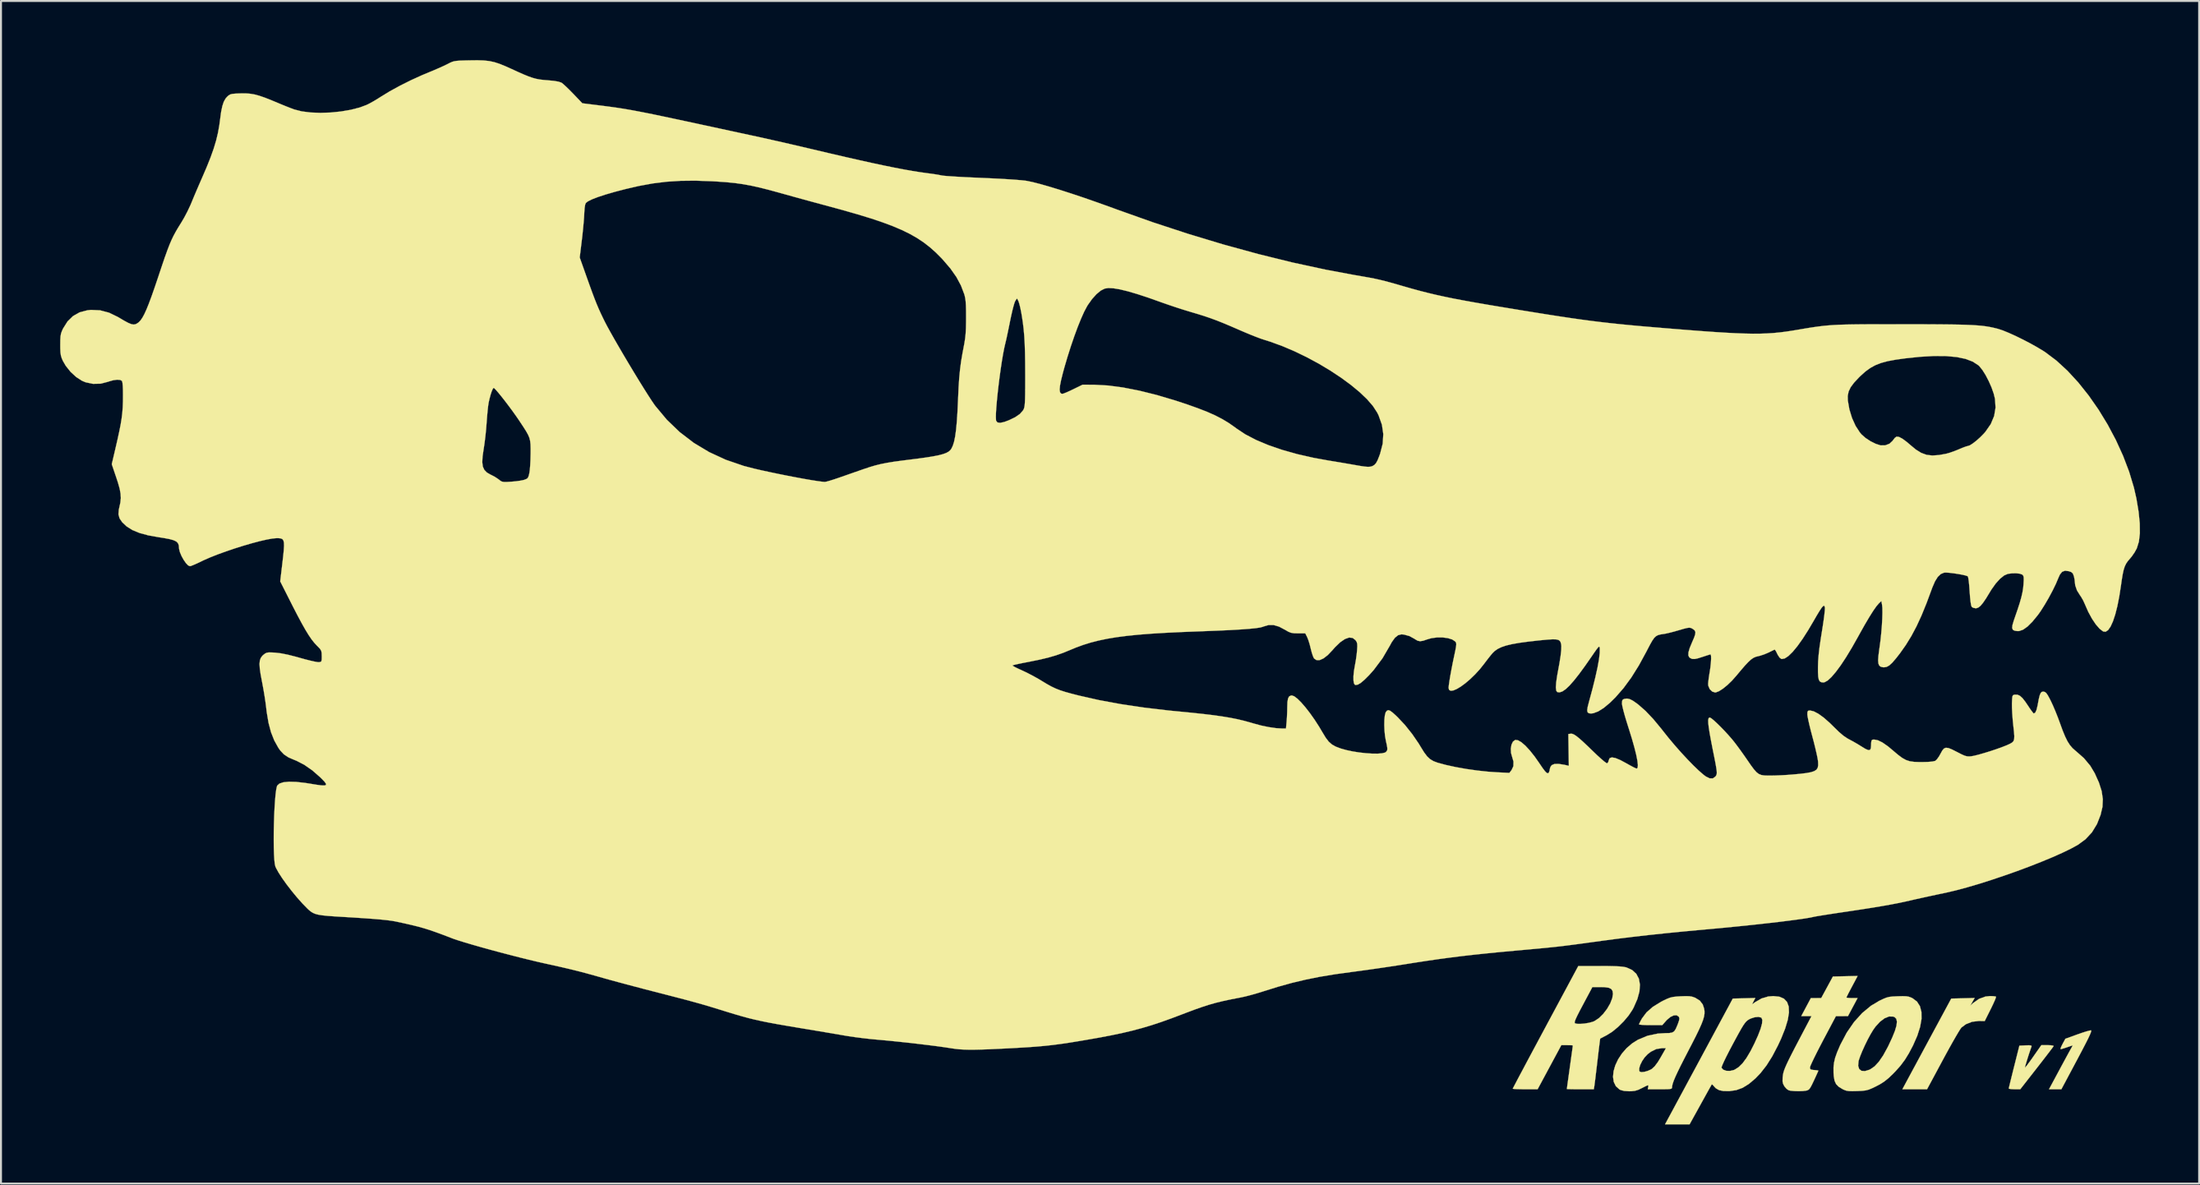
<source format=kicad_pcb>
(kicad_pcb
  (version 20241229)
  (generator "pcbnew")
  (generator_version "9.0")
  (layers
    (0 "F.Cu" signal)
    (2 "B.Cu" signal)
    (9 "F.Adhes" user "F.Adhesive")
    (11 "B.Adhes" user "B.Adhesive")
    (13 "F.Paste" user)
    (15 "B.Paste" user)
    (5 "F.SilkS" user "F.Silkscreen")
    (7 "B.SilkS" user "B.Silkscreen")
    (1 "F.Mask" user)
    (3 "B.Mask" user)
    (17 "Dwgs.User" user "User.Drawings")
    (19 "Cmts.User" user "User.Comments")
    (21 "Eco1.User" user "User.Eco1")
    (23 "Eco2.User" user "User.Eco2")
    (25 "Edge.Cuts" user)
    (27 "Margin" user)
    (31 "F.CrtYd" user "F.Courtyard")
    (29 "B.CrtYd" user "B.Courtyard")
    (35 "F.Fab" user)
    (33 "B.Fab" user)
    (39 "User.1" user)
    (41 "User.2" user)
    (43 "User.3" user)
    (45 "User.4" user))
  (footprint "RaptorCranium"
    (layer "F.Cu")
    (at 52.71 27.129)
    (property "Reference" "RaptorCranium" (at 0 0 0) (layer "F.SilkS") (effects (font (size 1.524 1.524) (thickness 0.3))))
    (attr through_hole)
    (fp_poly (pts (xy 50.246 22.059) (xy 50.258 22.083) (xy 50.242 22.153) (xy 50.192 22.276) (xy 50.108 22.457) (xy 49.984 22.704) (xy 49.818 23.024) (xy 49.607 23.424) (xy 49.536 23.558) (xy 48.744 25.044) (xy 48.117 25.044) (xy 48.574 24.194) (xy 48.729 23.905) (xy 48.878 23.629) (xy 49.011 23.384) (xy 49.116 23.191) (xy 49.178 23.079) (xy 49.324 22.816) (xy 49.038 22.914) (xy 48.877 22.967) (xy 48.755 23.003) (xy 48.706 23.012) (xy 48.703 22.972) (xy 48.743 22.869) (xy 48.803 22.749) (xy 48.946 22.485) (xy 49.555 22.265) (xy 49.793 22.182) (xy 50.001 22.116) (xy 50.158 22.073) (xy 50.243 22.058) (xy 50.246 22.059)) (stroke (width 0.01) (type solid)) (fill yes) (layer "F.SilkS"))
    (fp_poly (pts (xy 45.283 20.325) (xy 45.396 20.339) (xy 45.43 20.351) (xy 45.42 20.406) (xy 45.371 20.533) (xy 45.29 20.714) (xy 45.185 20.933) (xy 45.159 20.985) (xy 44.857 21.588) (xy 44.559 21.583) (xy 44.217 21.623) (xy 43.906 21.745) (xy 43.682 21.911) (xy 43.626 21.985) (xy 43.53 22.138) (xy 43.4 22.358) (xy 43.242 22.633) (xy 43.064 22.951) (xy 42.872 23.301) (xy 42.742 23.541) (xy 41.935 25.043) (xy 41.309 25.044) (xy 40.683 25.044) (xy 40.963 24.524) (xy 41.051 24.36) (xy 41.18 24.12) (xy 41.343 23.819) (xy 41.532 23.468) (xy 41.74 23.082) (xy 41.959 22.675) (xy 42.183 22.26) (xy 42.202 22.225) (xy 43.161 20.447) (xy 43.754 20.433) (xy 44.347 20.418) (xy 44.127 20.803) (xy 44.276 20.668) (xy 44.572 20.461) (xy 44.893 20.345) (xy 45.125 20.32) (xy 45.283 20.325)) (stroke (width 0.01) (type solid)) (fill yes) (layer "F.SilkS"))
    (fp_poly (pts (xy 48.211 22.816) (xy 48.321 22.832) (xy 48.353 22.854) (xy 48.318 22.905) (xy 48.229 23.024) (xy 48.094 23.202) (xy 47.921 23.427) (xy 47.719 23.688) (xy 47.498 23.972) (xy 46.66 25.044) (xy 46.368 25.044) (xy 46.211 25.038) (xy 46.106 25.023) (xy 46.077 25.006) (xy 46.089 24.948) (xy 46.123 24.806) (xy 46.174 24.595) (xy 46.24 24.33) (xy 46.315 24.026) (xy 46.347 23.901) (xy 46.615 22.835) (xy 46.936 22.819) (xy 47.115 22.816) (xy 47.21 22.828) (xy 47.235 22.859) (xy 47.232 22.87) (xy 47.173 23.04) (xy 47.105 23.241) (xy 47.037 23.453) (xy 46.976 23.652) (xy 46.927 23.816) (xy 46.899 23.923) (xy 46.896 23.951) (xy 46.93 23.919) (xy 47.011 23.817) (xy 47.127 23.661) (xy 47.269 23.464) (xy 47.32 23.39) (xy 47.727 22.81) (xy 48.048 22.81) (xy 48.211 22.816)) (stroke (width 0.01) (type solid)) (fill yes) (layer "F.SilkS"))
    (fp_poly (pts (xy 38.131 19.834) (xy 38.02 20.044) (xy 37.929 20.219) (xy 37.868 20.342) (xy 37.846 20.394) (xy 37.892 20.409) (xy 38.011 20.419) (xy 38.129 20.422) (xy 38.412 20.422) (xy 37.924 21.336) (xy 37.618 21.338) (xy 37.313 21.339) (xy 36.661 22.569) (xy 36.489 22.899) (xy 36.333 23.204) (xy 36.2 23.472) (xy 36.096 23.691) (xy 36.027 23.846) (xy 36.001 23.926) (xy 36 23.927) (xy 36.006 24.008) (xy 36.054 24.048) (xy 36.171 24.067) (xy 36.208 24.069) (xy 36.34 24.082) (xy 36.416 24.096) (xy 36.424 24.101) (xy 36.404 24.151) (xy 36.349 24.273) (xy 36.27 24.447) (xy 36.2 24.599) (xy 36.096 24.817) (xy 36.019 24.96) (xy 35.955 25.045) (xy 35.89 25.09) (xy 35.813 25.113) (xy 35.637 25.135) (xy 35.422 25.142) (xy 35.204 25.136) (xy 35.018 25.119) (xy 34.913 25.094) (xy 34.81 25.021) (xy 34.707 24.902) (xy 34.694 24.881) (xy 34.633 24.763) (xy 34.608 24.637) (xy 34.613 24.462) (xy 34.618 24.409) (xy 34.63 24.309) (xy 34.652 24.205) (xy 34.687 24.088) (xy 34.74 23.949) (xy 34.816 23.776) (xy 34.918 23.561) (xy 35.052 23.293) (xy 35.222 22.962) (xy 35.433 22.559) (xy 35.602 22.237) (xy 36.076 21.336) (xy 35.557 21.336) (xy 36.043 20.423) (xy 36.305 20.423) (xy 36.568 20.422) (xy 36.865 19.875) (xy 37.161 19.329) (xy 38.415 19.301) (xy 38.131 19.834)) (stroke (width 0.01) (type solid)) (fill yes) (layer "F.SilkS"))
    (fp_poly (pts (xy 40.873 20.33) (xy 41.001 20.351) (xy 41.113 20.39) (xy 41.199 20.431) (xy 41.423 20.599) (xy 41.573 20.833) (xy 41.65 21.129) (xy 41.653 21.48) (xy 41.582 21.884) (xy 41.438 22.334) (xy 41.225 22.818) (xy 41.015 23.217) (xy 40.811 23.549) (xy 40.591 23.844) (xy 40.333 24.134) (xy 40.208 24.263) (xy 39.973 24.486) (xy 39.763 24.654) (xy 39.543 24.794) (xy 39.347 24.897) (xy 39.134 24.999) (xy 38.972 25.065) (xy 38.822 25.103) (xy 38.649 25.124) (xy 38.416 25.135) (xy 38.385 25.136) (xy 38.141 25.141) (xy 37.969 25.136) (xy 37.842 25.116) (xy 37.732 25.077) (xy 37.646 25.035) (xy 37.452 24.916) (xy 37.323 24.783) (xy 37.244 24.611) (xy 37.204 24.377) (xy 37.193 24.207) (xy 37.192 23.941) (xy 37.201 23.855) (xy 38.441 23.855) (xy 38.493 24.019) (xy 38.61 24.111) (xy 38.785 24.124) (xy 39.01 24.055) (xy 39.062 24.03) (xy 39.276 23.881) (xy 39.489 23.651) (xy 39.707 23.333) (xy 39.933 22.922) (xy 39.977 22.835) (xy 40.17 22.421) (xy 40.306 22.084) (xy 40.385 21.818) (xy 40.407 21.617) (xy 40.375 21.475) (xy 40.288 21.387) (xy 40.211 21.358) (xy 40.004 21.356) (xy 39.78 21.446) (xy 39.55 21.619) (xy 39.322 21.868) (xy 39.199 22.041) (xy 39.066 22.262) (xy 38.921 22.531) (xy 38.778 22.824) (xy 38.647 23.114) (xy 38.541 23.375) (xy 38.471 23.582) (xy 38.461 23.624) (xy 38.441 23.855) (xy 37.201 23.855) (xy 37.218 23.697) (xy 37.275 23.45) (xy 37.373 23.174) (xy 37.515 22.841) (xy 37.544 22.778) (xy 37.864 22.172) (xy 38.233 21.637) (xy 38.644 21.182) (xy 39.092 20.811) (xy 39.509 20.562) (xy 39.716 20.463) (xy 39.876 20.399) (xy 40.025 20.361) (xy 40.2 20.342) (xy 40.438 20.331) (xy 40.456 20.33) (xy 40.701 20.325) (xy 40.873 20.33)) (stroke (width 0.01) (type solid)) (fill yes) (layer "F.SilkS"))
    (fp_poly (pts (xy 34.447 20.353) (xy 34.678 20.452) (xy 34.836 20.618) (xy 34.921 20.852) (xy 34.933 21.154) (xy 34.873 21.526) (xy 34.74 21.967) (xy 34.535 22.479) (xy 34.374 22.825) (xy 34.086 23.375) (xy 33.794 23.838) (xy 33.489 24.228) (xy 33.231 24.497) (xy 32.899 24.777) (xy 32.584 24.971) (xy 32.264 25.088) (xy 31.922 25.138) (xy 31.914 25.138) (xy 31.615 25.136) (xy 31.392 25.09) (xy 31.225 24.994) (xy 31.138 24.903) (xy 31.065 24.821) (xy 31.022 24.794) (xy 31.021 24.795) (xy 30.993 24.844) (xy 30.923 24.968) (xy 30.818 25.156) (xy 30.686 25.394) (xy 30.533 25.67) (xy 30.451 25.819) (xy 29.896 26.822) (xy 28.651 26.822) (xy 28.891 26.378) (xy 28.959 26.253) (xy 29.07 26.047) (xy 29.218 25.771) (xy 29.4 25.434) (xy 29.61 25.045) (xy 29.842 24.613) (xy 30.093 24.148) (xy 30.198 23.954) (xy 31.515 23.954) (xy 31.603 24.054) (xy 31.757 24.11) (xy 31.946 24.115) (xy 32.143 24.067) (xy 32.184 24.049) (xy 32.384 23.922) (xy 32.581 23.728) (xy 32.78 23.458) (xy 32.989 23.105) (xy 33.182 22.724) (xy 33.367 22.315) (xy 33.496 21.978) (xy 33.568 21.715) (xy 33.583 21.529) (xy 33.54 21.422) (xy 33.526 21.411) (xy 33.389 21.376) (xy 33.202 21.393) (xy 33.002 21.456) (xy 32.9 21.507) (xy 32.83 21.553) (xy 32.764 21.611) (xy 32.695 21.694) (xy 32.613 21.812) (xy 32.513 21.978) (xy 32.386 22.203) (xy 32.225 22.498) (xy 32.088 22.753) (xy 31.91 23.089) (xy 31.759 23.385) (xy 31.64 23.63) (xy 31.558 23.814) (xy 31.517 23.926) (xy 31.515 23.954) (xy 30.198 23.954) (xy 30.356 23.66) (xy 30.609 23.19) (xy 32.086 20.447) (xy 32.657 20.433) (xy 33.228 20.418) (xy 33.144 20.579) (xy 33.061 20.74) (xy 33.215 20.631) (xy 33.543 20.442) (xy 33.878 20.342) (xy 34.143 20.321) (xy 34.447 20.353)) (stroke (width 0.01) (type solid)) (fill yes) (layer "F.SilkS"))
    (fp_poly (pts (xy 25.765 18.798) (xy 26.09 18.805) (xy 26.34 18.817) (xy 26.527 18.836) (xy 26.664 18.861) (xy 26.699 18.871) (xy 26.984 19.001) (xy 27.193 19.192) (xy 27.325 19.441) (xy 27.378 19.741) (xy 27.353 20.087) (xy 27.247 20.474) (xy 27.062 20.896) (xy 26.998 21.015) (xy 26.805 21.305) (xy 26.552 21.605) (xy 26.265 21.889) (xy 25.97 22.131) (xy 25.705 22.298) (xy 25.543 22.382) (xy 25.422 22.445) (xy 25.365 22.475) (xy 25.364 22.476) (xy 25.355 22.526) (xy 25.337 22.663) (xy 25.311 22.872) (xy 25.278 23.138) (xy 25.242 23.447) (xy 25.224 23.599) (xy 25.184 23.935) (xy 25.147 24.245) (xy 25.115 24.514) (xy 25.088 24.722) (xy 25.071 24.854) (xy 25.067 24.879) (xy 25.04 25.044) (xy 24.356 25.044) (xy 24.106 25.044) (xy 23.897 25.041) (xy 23.747 25.037) (xy 23.676 25.033) (xy 23.673 25.032) (xy 23.68 24.98) (xy 23.698 24.842) (xy 23.727 24.633) (xy 23.764 24.368) (xy 23.807 24.06) (xy 23.825 23.927) (xy 23.87 23.607) (xy 23.909 23.322) (xy 23.942 23.089) (xy 23.965 22.92) (xy 23.976 22.832) (xy 23.978 22.822) (xy 23.932 22.815) (xy 23.812 22.81) (xy 23.685 22.809) (xy 23.393 22.809) (xy 22.191 25.044) (xy 21.56 25.044) (xy 21.321 25.042) (xy 21.123 25.037) (xy 20.986 25.028) (xy 20.93 25.018) (xy 20.93 25.016) (xy 20.953 24.968) (xy 21.021 24.838) (xy 21.129 24.632) (xy 21.273 24.359) (xy 21.451 24.026) (xy 21.656 23.64) (xy 21.887 23.207) (xy 22.139 22.737) (xy 22.408 22.235) (xy 22.592 21.892) (xy 22.714 21.664) (xy 24.068 21.664) (xy 24.083 21.699) (xy 24.084 21.7) (xy 24.189 21.728) (xy 24.361 21.731) (xy 24.57 21.713) (xy 24.785 21.678) (xy 24.977 21.627) (xy 25.07 21.59) (xy 25.296 21.441) (xy 25.516 21.225) (xy 25.714 20.967) (xy 25.873 20.691) (xy 25.977 20.422) (xy 26.01 20.209) (xy 25.99 20.061) (xy 25.922 19.96) (xy 25.792 19.898) (xy 25.586 19.869) (xy 25.376 19.863) (xy 24.968 19.863) (xy 24.491 20.757) (xy 24.324 21.072) (xy 24.203 21.31) (xy 24.123 21.48) (xy 24.08 21.595) (xy 24.068 21.664) (xy 22.714 21.664) (xy 24.254 18.796) (xy 25.351 18.796) (xy 25.765 18.798)) (stroke (width 0.01) (type solid)) (fill yes) (layer "F.SilkS"))
    (fp_poly (pts (xy 29.88 20.328) (xy 30.016 20.349) (xy 30.141 20.391) (xy 30.187 20.41) (xy 30.414 20.551) (xy 30.561 20.743) (xy 30.631 20.95) (xy 30.651 21.076) (xy 30.651 21.208) (xy 30.628 21.357) (xy 30.577 21.534) (xy 30.494 21.75) (xy 30.376 22.015) (xy 30.218 22.341) (xy 30.016 22.738) (xy 29.873 23.012) (xy 29.634 23.475) (xy 29.439 23.858) (xy 29.287 24.17) (xy 29.171 24.42) (xy 29.09 24.615) (xy 29.038 24.766) (xy 29.012 24.88) (xy 29.007 24.945) (xy 29 24.987) (xy 28.97 25.015) (xy 28.9 25.032) (xy 28.772 25.041) (xy 28.57 25.044) (xy 28.391 25.044) (xy 27.776 25.044) (xy 27.798 24.926) (xy 27.806 24.866) (xy 27.789 24.843) (xy 27.729 24.86) (xy 27.607 24.919) (xy 27.496 24.976) (xy 27.294 25.073) (xy 27.125 25.124) (xy 26.941 25.144) (xy 26.831 25.146) (xy 26.583 25.131) (xy 26.404 25.085) (xy 26.336 25.05) (xy 26.156 24.887) (xy 26.051 24.671) (xy 26.014 24.415) (xy 26.042 24.131) (xy 26.049 24.106) (xy 27.343 24.106) (xy 27.369 24.152) (xy 27.455 24.177) (xy 27.6 24.163) (xy 27.769 24.116) (xy 27.931 24.044) (xy 27.982 24.014) (xy 28.126 23.881) (xy 28.29 23.661) (xy 28.432 23.425) (xy 28.696 22.962) (xy 28.494 22.962) (xy 28.206 23.006) (xy 27.931 23.142) (xy 27.768 23.268) (xy 27.618 23.427) (xy 27.491 23.613) (xy 27.396 23.803) (xy 27.343 23.974) (xy 27.343 24.106) (xy 26.049 24.106) (xy 26.13 23.831) (xy 26.273 23.527) (xy 26.466 23.232) (xy 26.706 22.957) (xy 26.988 22.716) (xy 27.276 22.535) (xy 27.764 22.332) (xy 28.281 22.223) (xy 28.663 22.2) (xy 28.871 22.195) (xy 29.013 22.169) (xy 29.114 22.106) (xy 29.194 21.987) (xy 29.276 21.796) (xy 29.313 21.701) (xy 29.366 21.543) (xy 29.378 21.444) (xy 29.35 21.371) (xy 29.343 21.36) (xy 29.236 21.292) (xy 29.09 21.301) (xy 28.921 21.381) (xy 28.747 21.527) (xy 28.711 21.566) (xy 28.511 21.793) (xy 27.921 21.793) (xy 27.69 21.79) (xy 27.501 21.782) (xy 27.375 21.769) (xy 27.331 21.755) (xy 27.355 21.694) (xy 27.416 21.574) (xy 27.481 21.456) (xy 27.712 21.147) (xy 28.034 20.865) (xy 28.451 20.608) (xy 28.536 20.564) (xy 28.742 20.465) (xy 28.906 20.401) (xy 29.064 20.364) (xy 29.255 20.343) (xy 29.454 20.331) (xy 29.702 20.323) (xy 29.88 20.328)) (stroke (width 0.01) (type solid)) (fill yes) (layer "F.SilkS"))
    (fp_poly (pts (xy -31.233 -27.113) (xy -30.954 -27.083) (xy -30.695 -27.027) (xy -30.43 -26.941) (xy -30.132 -26.819) (xy -29.896 -26.713) (xy -29.519 -26.541) (xy -29.217 -26.407) (xy -28.971 -26.307) (xy -28.764 -26.234) (xy -28.58 -26.184) (xy -28.399 -26.149) (xy -28.206 -26.126) (xy -28.001 -26.109) (xy -27.672 -26.078) (xy -27.44 -26.038) (xy -27.298 -25.988) (xy -27.29 -25.984) (xy -27.203 -25.915) (xy -27.065 -25.789) (xy -26.895 -25.624) (xy -26.71 -25.436) (xy -26.695 -25.421) (xy -26.238 -24.943) (xy -25.4 -24.839) (xy -25.09 -24.8) (xy -24.802 -24.762) (xy -24.528 -24.724) (xy -24.256 -24.682) (xy -23.976 -24.636) (xy -23.679 -24.584) (xy -23.355 -24.523) (xy -22.993 -24.452) (xy -22.584 -24.369) (xy -22.117 -24.271) (xy -21.582 -24.158) (xy -20.97 -24.027) (xy -20.27 -23.876) (xy -20.168 -23.854) (xy -19.707 -23.755) (xy -19.208 -23.647) (xy -18.7 -23.537) (xy -18.209 -23.431) (xy -17.765 -23.335) (xy -17.424 -23.262) (xy -17.053 -23.18) (xy -16.61 -23.081) (xy -16.122 -22.971) (xy -15.614 -22.854) (xy -15.114 -22.738) (xy -14.648 -22.628) (xy -14.63 -22.624) (xy -13.727 -22.411) (xy -12.913 -22.222) (xy -12.183 -22.056) (xy -11.528 -21.911) (xy -10.941 -21.786) (xy -10.414 -21.679) (xy -9.94 -21.588) (xy -9.51 -21.512) (xy -9.118 -21.45) (xy -8.755 -21.399) (xy -8.661 -21.387) (xy -8.432 -21.356) (xy -8.218 -21.322) (xy -8.057 -21.291) (xy -8.021 -21.283) (xy -7.929 -21.27) (xy -7.748 -21.254) (xy -7.492 -21.236) (xy -7.172 -21.216) (xy -6.801 -21.196) (xy -6.393 -21.177) (xy -5.989 -21.159) (xy -5.512 -21.138) (xy -5.06 -21.115) (xy -4.647 -21.091) (xy -4.287 -21.066) (xy -3.993 -21.042) (xy -3.779 -21.019) (xy -3.701 -21.007) (xy -3.403 -20.945) (xy -3.021 -20.847) (xy -2.565 -20.717) (xy -2.044 -20.558) (xy -1.469 -20.373) (xy -0.848 -20.166) (xy -0.193 -19.938) (xy 0.488 -19.695) (xy 0.864 -19.557) (xy 2.66 -18.918) (xy 4.462 -18.327) (xy 6.254 -17.786) (xy 8.025 -17.3) (xy 9.761 -16.872) (xy 11.448 -16.507) (xy 12.945 -16.228) (xy 13.342 -16.16) (xy 13.667 -16.102) (xy 13.943 -16.048) (xy 14.197 -15.992) (xy 14.453 -15.929) (xy 14.736 -15.853) (xy 15.072 -15.758) (xy 15.392 -15.665) (xy 15.826 -15.541) (xy 16.238 -15.429) (xy 16.642 -15.326) (xy 17.051 -15.229) (xy 17.48 -15.135) (xy 17.941 -15.04) (xy 18.448 -14.944) (xy 19.015 -14.842) (xy 19.654 -14.731) (xy 20.38 -14.61) (xy 20.417 -14.604) (xy 21.258 -14.465) (xy 22.01 -14.343) (xy 22.688 -14.234) (xy 23.303 -14.139) (xy 23.868 -14.054) (xy 24.395 -13.979) (xy 24.896 -13.912) (xy 25.384 -13.852) (xy 25.871 -13.796) (xy 26.371 -13.743) (xy 26.894 -13.692) (xy 27.455 -13.641) (xy 28.064 -13.589) (xy 28.735 -13.533) (xy 28.956 -13.515) (xy 29.778 -13.449) (xy 30.508 -13.393) (xy 31.156 -13.347) (xy 31.729 -13.311) (xy 32.238 -13.285) (xy 32.692 -13.268) (xy 33.099 -13.26) (xy 33.469 -13.262) (xy 33.811 -13.274) (xy 34.134 -13.294) (xy 34.447 -13.324) (xy 34.76 -13.363) (xy 35.08 -13.411) (xy 35.331 -13.452) (xy 35.654 -13.507) (xy 35.941 -13.555) (xy 36.202 -13.595) (xy 36.447 -13.629) (xy 36.687 -13.658) (xy 36.931 -13.681) (xy 37.19 -13.699) (xy 37.474 -13.714) (xy 37.792 -13.724) (xy 38.155 -13.731) (xy 38.573 -13.736) (xy 39.056 -13.739) (xy 39.614 -13.74) (xy 40.257 -13.74) (xy 40.716 -13.739) (xy 41.457 -13.739) (xy 42.105 -13.737) (xy 42.667 -13.733) (xy 43.153 -13.728) (xy 43.57 -13.721) (xy 43.928 -13.71) (xy 44.233 -13.697) (xy 44.495 -13.68) (xy 44.721 -13.66) (xy 44.92 -13.635) (xy 45.101 -13.605) (xy 45.271 -13.57) (xy 45.439 -13.53) (xy 45.542 -13.503) (xy 45.778 -13.425) (xy 46.078 -13.302) (xy 46.423 -13.146) (xy 46.79 -12.966) (xy 47.16 -12.774) (xy 47.511 -12.578) (xy 47.823 -12.39) (xy 47.927 -12.323) (xy 48.494 -11.896) (xy 49.056 -11.379) (xy 49.603 -10.785) (xy 50.129 -10.125) (xy 50.627 -9.411) (xy 51.088 -8.656) (xy 51.505 -7.872) (xy 51.871 -7.069) (xy 52.179 -6.262) (xy 52.42 -5.461) (xy 52.547 -4.902) (xy 52.659 -4.231) (xy 52.717 -3.643) (xy 52.722 -3.139) (xy 52.673 -2.72) (xy 52.57 -2.386) (xy 52.565 -2.374) (xy 52.452 -2.169) (xy 52.308 -1.962) (xy 52.228 -1.866) (xy 52.113 -1.732) (xy 52.024 -1.602) (xy 51.954 -1.456) (xy 51.898 -1.277) (xy 51.848 -1.044) (xy 51.799 -0.741) (xy 51.766 -0.504) (xy 51.679 0.058) (xy 51.581 0.553) (xy 51.474 0.975) (xy 51.359 1.321) (xy 51.239 1.585) (xy 51.116 1.762) (xy 50.991 1.848) (xy 50.867 1.837) (xy 50.86 1.834) (xy 50.68 1.696) (xy 50.488 1.474) (xy 50.294 1.185) (xy 50.107 0.842) (xy 49.94 0.463) (xy 49.932 0.444) (xy 49.845 0.254) (xy 49.739 0.072) (xy 49.688 0) (xy 49.535 -0.245) (xy 49.446 -0.503) (xy 49.428 -0.655) (xy 49.414 -0.795) (xy 49.38 -0.959) (xy 49.375 -0.976) (xy 49.325 -1.105) (xy 49.245 -1.177) (xy 49.117 -1.221) (xy 48.929 -1.244) (xy 48.784 -1.191) (xy 48.67 -1.052) (xy 48.592 -0.881) (xy 48.468 -0.586) (xy 48.3 -0.241) (xy 48.104 0.126) (xy 47.896 0.483) (xy 47.694 0.802) (xy 47.554 0.999) (xy 47.275 1.339) (xy 47.026 1.587) (xy 46.803 1.744) (xy 46.602 1.814) (xy 46.513 1.817) (xy 46.37 1.796) (xy 46.283 1.747) (xy 46.249 1.657) (xy 46.265 1.509) (xy 46.329 1.291) (xy 46.374 1.159) (xy 46.521 0.734) (xy 46.634 0.385) (xy 46.716 0.094) (xy 46.772 -0.154) (xy 46.808 -0.379) (xy 46.824 -0.554) (xy 46.836 -0.767) (xy 46.834 -0.903) (xy 46.815 -0.984) (xy 46.777 -1.035) (xy 46.759 -1.049) (xy 46.641 -1.093) (xy 46.456 -1.115) (xy 46.24 -1.112) (xy 46.029 -1.085) (xy 45.843 -1.005) (xy 45.635 -0.838) (xy 45.417 -0.598) (xy 45.2 -0.294) (xy 45.11 -0.146) (xy 44.924 0.16) (xy 44.771 0.384) (xy 44.643 0.536) (xy 44.532 0.624) (xy 44.428 0.659) (xy 44.4 0.66) (xy 44.273 0.635) (xy 44.197 0.585) (xy 44.168 0.503) (xy 44.14 0.332) (xy 44.114 0.089) (xy 44.092 -0.21) (xy 44.072 -0.488) (xy 44.049 -0.716) (xy 44.024 -0.879) (xy 44 -0.959) (xy 43.995 -0.964) (xy 43.897 -1) (xy 43.726 -1.04) (xy 43.511 -1.079) (xy 43.281 -1.114) (xy 43.066 -1.139) (xy 42.893 -1.151) (xy 42.802 -1.147) (xy 42.632 -1.078) (xy 42.479 -0.933) (xy 42.336 -0.705) (xy 42.198 -0.385) (xy 42.168 -0.302) (xy 41.906 0.404) (xy 41.653 1.025) (xy 41.399 1.575) (xy 41.137 2.068) (xy 40.859 2.52) (xy 40.558 2.946) (xy 40.357 3.203) (xy 40.17 3.419) (xy 40.018 3.558) (xy 39.883 3.632) (xy 39.749 3.653) (xy 39.696 3.649) (xy 39.586 3.623) (xy 39.511 3.564) (xy 39.468 3.462) (xy 39.454 3.301) (xy 39.469 3.071) (xy 39.509 2.757) (xy 39.524 2.657) (xy 39.572 2.3) (xy 39.612 1.924) (xy 39.643 1.551) (xy 39.663 1.199) (xy 39.672 0.89) (xy 39.669 0.642) (xy 39.653 0.486) (xy 39.617 0.293) (xy 39.492 0.411) (xy 39.369 0.554) (xy 39.206 0.786) (xy 39.005 1.105) (xy 38.767 1.508) (xy 38.495 1.993) (xy 38.432 2.108) (xy 38.123 2.655) (xy 37.832 3.136) (xy 37.56 3.548) (xy 37.311 3.885) (xy 37.089 4.144) (xy 36.898 4.321) (xy 36.74 4.409) (xy 36.678 4.42) (xy 36.57 4.408) (xy 36.494 4.364) (xy 36.444 4.272) (xy 36.416 4.12) (xy 36.404 3.892) (xy 36.404 3.637) (xy 36.413 3.343) (xy 36.438 3.022) (xy 36.48 2.656) (xy 36.543 2.225) (xy 36.597 1.883) (xy 36.65 1.548) (xy 36.695 1.241) (xy 36.729 0.977) (xy 36.75 0.774) (xy 36.756 0.647) (xy 36.754 0.617) (xy 36.726 0.531) (xy 36.688 0.531) (xy 36.626 0.589) (xy 36.565 0.669) (xy 36.468 0.818) (xy 36.349 1.015) (xy 36.22 1.237) (xy 36.216 1.245) (xy 35.911 1.763) (xy 35.625 2.21) (xy 35.361 2.58) (xy 35.12 2.871) (xy 34.907 3.079) (xy 34.723 3.201) (xy 34.573 3.232) (xy 34.541 3.225) (xy 34.454 3.156) (xy 34.365 3.021) (xy 34.337 2.964) (xy 34.274 2.836) (xy 34.221 2.763) (xy 34.202 2.755) (xy 34.138 2.786) (xy 34.013 2.847) (xy 33.884 2.91) (xy 33.68 2.996) (xy 33.463 3.067) (xy 33.352 3.094) (xy 33.237 3.124) (xy 33.126 3.176) (xy 33.007 3.259) (xy 32.87 3.385) (xy 32.703 3.563) (xy 32.496 3.803) (xy 32.268 4.076) (xy 32.044 4.328) (xy 31.813 4.551) (xy 31.59 4.732) (xy 31.39 4.861) (xy 31.231 4.923) (xy 31.19 4.928) (xy 31.041 4.881) (xy 30.918 4.761) (xy 30.846 4.595) (xy 30.836 4.502) (xy 30.845 4.378) (xy 30.868 4.19) (xy 30.901 3.972) (xy 30.912 3.912) (xy 30.95 3.661) (xy 30.975 3.425) (xy 30.987 3.223) (xy 30.984 3.076) (xy 30.965 3.002) (xy 30.956 2.997) (xy 30.896 3.012) (xy 30.765 3.053) (xy 30.588 3.111) (xy 30.53 3.13) (xy 30.31 3.199) (xy 30.156 3.231) (xy 30.042 3.229) (xy 29.991 3.215) (xy 29.884 3.154) (xy 29.833 3.051) (xy 29.838 2.896) (xy 29.9 2.679) (xy 30.019 2.39) (xy 30.025 2.377) (xy 30.127 2.141) (xy 30.182 1.976) (xy 30.19 1.862) (xy 30.151 1.78) (xy 30.065 1.711) (xy 30.015 1.682) (xy 29.949 1.653) (xy 29.873 1.644) (xy 29.765 1.658) (xy 29.604 1.698) (xy 29.368 1.767) (xy 29.359 1.769) (xy 29.114 1.839) (xy 28.879 1.9) (xy 28.687 1.944) (xy 28.6 1.959) (xy 28.434 1.984) (xy 28.305 2.016) (xy 28.2 2.07) (xy 28.106 2.157) (xy 28.009 2.292) (xy 27.897 2.488) (xy 27.756 2.757) (xy 27.71 2.847) (xy 27.326 3.553) (xy 26.941 4.169) (xy 26.547 4.706) (xy 26.135 5.178) (xy 25.857 5.451) (xy 25.547 5.709) (xy 25.265 5.887) (xy 25.018 5.98) (xy 24.898 5.994) (xy 24.787 5.981) (xy 24.724 5.93) (xy 24.705 5.828) (xy 24.729 5.66) (xy 24.791 5.419) (xy 24.971 4.753) (xy 25.116 4.168) (xy 25.227 3.668) (xy 25.302 3.254) (xy 25.341 2.93) (xy 25.344 2.697) (xy 25.342 2.672) (xy 25.33 2.618) (xy 25.307 2.604) (xy 25.263 2.638) (xy 25.188 2.731) (xy 25.074 2.891) (xy 24.946 3.078) (xy 24.599 3.577) (xy 24.296 3.991) (xy 24.033 4.324) (xy 23.807 4.579) (xy 23.614 4.761) (xy 23.449 4.874) (xy 23.309 4.922) (xy 23.19 4.909) (xy 23.136 4.837) (xy 23.116 4.676) (xy 23.132 4.423) (xy 23.182 4.077) (xy 23.214 3.901) (xy 23.299 3.438) (xy 23.357 3.067) (xy 23.389 2.783) (xy 23.395 2.581) (xy 23.386 2.489) (xy 23.359 2.387) (xy 23.316 2.312) (xy 23.243 2.263) (xy 23.128 2.237) (xy 22.957 2.232) (xy 22.716 2.246) (xy 22.393 2.276) (xy 22.25 2.29) (xy 21.711 2.351) (xy 21.262 2.412) (xy 20.894 2.477) (xy 20.595 2.548) (xy 20.356 2.629) (xy 20.164 2.722) (xy 20.01 2.831) (xy 19.909 2.929) (xy 19.82 3.035) (xy 19.692 3.195) (xy 19.549 3.382) (xy 19.486 3.466) (xy 19.261 3.749) (xy 19.02 4.012) (xy 18.774 4.25) (xy 18.532 4.457) (xy 18.302 4.626) (xy 18.095 4.751) (xy 17.92 4.825) (xy 17.786 4.842) (xy 17.702 4.795) (xy 17.678 4.7) (xy 17.689 4.569) (xy 17.719 4.357) (xy 17.764 4.082) (xy 17.823 3.761) (xy 17.891 3.412) (xy 17.965 3.06) (xy 18.02 2.799) (xy 18.053 2.619) (xy 18.067 2.501) (xy 18.062 2.425) (xy 18.039 2.374) (xy 18.015 2.344) (xy 17.866 2.243) (xy 17.645 2.174) (xy 17.378 2.138) (xy 17.091 2.138) (xy 16.809 2.175) (xy 16.599 2.235) (xy 16.386 2.307) (xy 16.231 2.33) (xy 16.103 2.302) (xy 15.969 2.223) (xy 15.95 2.209) (xy 15.695 2.069) (xy 15.412 1.991) (xy 15.285 1.981) (xy 15.119 2.024) (xy 14.957 2.154) (xy 14.796 2.378) (xy 14.698 2.558) (xy 14.327 3.194) (xy 13.881 3.789) (xy 13.65 4.048) (xy 13.411 4.286) (xy 13.222 4.446) (xy 13.074 4.532) (xy 12.961 4.549) (xy 12.932 4.541) (xy 12.881 4.47) (xy 12.856 4.319) (xy 12.855 4.104) (xy 12.88 3.843) (xy 12.929 3.554) (xy 12.931 3.547) (xy 12.977 3.29) (xy 13.017 3.003) (xy 13.038 2.794) (xy 13.05 2.591) (xy 13.045 2.459) (xy 13.018 2.366) (xy 12.964 2.284) (xy 12.956 2.273) (xy 12.812 2.162) (xy 12.634 2.144) (xy 12.424 2.218) (xy 12.185 2.381) (xy 11.922 2.634) (xy 11.787 2.787) (xy 11.554 3.032) (xy 11.338 3.199) (xy 11.146 3.286) (xy 10.984 3.289) (xy 10.861 3.206) (xy 10.85 3.191) (xy 10.802 3.088) (xy 10.746 2.92) (xy 10.693 2.72) (xy 10.688 2.696) (xy 10.633 2.479) (xy 10.569 2.274) (xy 10.51 2.125) (xy 10.508 2.121) (xy 10.412 1.93) (xy 10.046 1.93) (xy 9.839 1.925) (xy 9.689 1.901) (xy 9.552 1.846) (xy 9.395 1.755) (xy 9.085 1.591) (xy 8.811 1.51) (xy 8.552 1.509) (xy 8.287 1.586) (xy 8.255 1.6) (xy 8.125 1.635) (xy 7.894 1.669) (xy 7.562 1.702) (xy 7.129 1.734) (xy 6.595 1.765) (xy 5.96 1.794) (xy 5.224 1.823) (xy 5.055 1.829) (xy 4.149 1.864) (xy 3.337 1.903) (xy 2.609 1.947) (xy 1.957 1.998) (xy 1.372 2.058) (xy 0.846 2.126) (xy 0.369 2.205) (xy -0.066 2.296) (xy -0.469 2.399) (xy -0.848 2.517) (xy -1.211 2.65) (xy -1.493 2.767) (xy -1.861 2.918) (xy -2.228 3.046) (xy -2.617 3.159) (xy -3.055 3.264) (xy -3.567 3.368) (xy -3.632 3.381) (xy -3.899 3.432) (xy -4.13 3.48) (xy -4.307 3.519) (xy -4.411 3.546) (xy -4.431 3.554) (xy -4.403 3.585) (xy -4.298 3.645) (xy -4.134 3.725) (xy -3.966 3.801) (xy -3.704 3.924) (xy -3.403 4.08) (xy -3.106 4.246) (xy -2.939 4.347) (xy -2.686 4.5) (xy -2.464 4.623) (xy -2.25 4.725) (xy -2.022 4.815) (xy -1.759 4.9) (xy -1.438 4.989) (xy -1.067 5.084) (xy -0.05 5.314) (xy 1.056 5.518) (xy 2.242 5.695) (xy 3.501 5.844) (xy 3.988 5.891) (xy 4.663 5.957) (xy 5.25 6.02) (xy 5.761 6.081) (xy 6.209 6.145) (xy 6.607 6.211) (xy 6.968 6.283) (xy 7.304 6.363) (xy 7.629 6.452) (xy 7.784 6.498) (xy 8.166 6.602) (xy 8.559 6.683) (xy 8.929 6.737) (xy 9.24 6.756) (xy 9.242 6.756) (xy 9.434 6.756) (xy 9.466 6.413) (xy 9.483 6.179) (xy 9.495 5.906) (xy 9.499 5.674) (xy 9.508 5.409) (xy 9.539 5.232) (xy 9.596 5.128) (xy 9.685 5.084) (xy 9.735 5.08) (xy 9.854 5.123) (xy 10.014 5.244) (xy 10.205 5.433) (xy 10.418 5.679) (xy 10.646 5.972) (xy 10.879 6.301) (xy 11.109 6.656) (xy 11.286 6.954) (xy 11.451 7.225) (xy 11.602 7.422) (xy 11.763 7.564) (xy 11.956 7.673) (xy 12.205 7.767) (xy 12.216 7.771) (xy 12.499 7.85) (xy 12.816 7.917) (xy 13.15 7.97) (xy 13.484 8.007) (xy 13.798 8.028) (xy 14.077 8.03) (xy 14.301 8.013) (xy 14.454 7.976) (xy 14.5 7.947) (xy 14.548 7.89) (xy 14.572 7.825) (xy 14.57 7.729) (xy 14.544 7.579) (xy 14.5 7.383) (xy 14.456 7.136) (xy 14.429 6.86) (xy 14.418 6.578) (xy 14.423 6.316) (xy 14.445 6.097) (xy 14.484 5.947) (xy 14.498 5.919) (xy 14.558 5.848) (xy 14.625 5.825) (xy 14.713 5.855) (xy 14.836 5.944) (xy 15.008 6.099) (xy 15.104 6.192) (xy 15.472 6.584) (xy 15.832 7.036) (xy 16.156 7.508) (xy 16.263 7.684) (xy 16.435 7.962) (xy 16.587 8.164) (xy 16.739 8.307) (xy 16.909 8.409) (xy 17.115 8.487) (xy 17.118 8.488) (xy 17.539 8.602) (xy 18.034 8.71) (xy 18.573 8.806) (xy 19.13 8.885) (xy 19.676 8.944) (xy 20.12 8.975) (xy 20.758 9.006) (xy 20.869 8.865) (xy 20.963 8.666) (xy 20.968 8.429) (xy 20.904 8.212) (xy 20.844 7.996) (xy 20.833 7.776) (xy 20.866 7.577) (xy 20.939 7.423) (xy 21.048 7.339) (xy 21.06 7.335) (xy 21.194 7.351) (xy 21.367 7.45) (xy 21.571 7.626) (xy 21.798 7.871) (xy 22.042 8.178) (xy 22.275 8.511) (xy 22.438 8.751) (xy 22.559 8.912) (xy 22.646 9.001) (xy 22.708 9.027) (xy 22.754 8.999) (xy 22.761 8.988) (xy 22.801 8.877) (xy 22.808 8.809) (xy 22.845 8.695) (xy 22.909 8.612) (xy 23.044 8.554) (xy 23.26 8.549) (xy 23.559 8.597) (xy 23.634 8.614) (xy 23.773 8.648) (xy 23.749 7.036) (xy 23.866 7.019) (xy 23.939 7.022) (xy 24.028 7.056) (xy 24.142 7.128) (xy 24.291 7.246) (xy 24.482 7.415) (xy 24.726 7.644) (xy 25.005 7.914) (xy 25.216 8.116) (xy 25.407 8.289) (xy 25.562 8.421) (xy 25.67 8.502) (xy 25.716 8.523) (xy 25.77 8.461) (xy 25.797 8.365) (xy 25.844 8.259) (xy 25.955 8.22) (xy 26.131 8.251) (xy 26.375 8.351) (xy 26.67 8.509) (xy 26.872 8.622) (xy 27.044 8.714) (xy 27.167 8.772) (xy 27.216 8.788) (xy 27.263 8.742) (xy 27.274 8.607) (xy 27.25 8.388) (xy 27.191 8.09) (xy 27.099 7.72) (xy 26.975 7.281) (xy 26.82 6.779) (xy 26.794 6.7) (xy 26.695 6.384) (xy 26.607 6.088) (xy 26.537 5.83) (xy 26.489 5.629) (xy 26.467 5.503) (xy 26.467 5.488) (xy 26.476 5.352) (xy 26.517 5.284) (xy 26.594 5.253) (xy 26.726 5.237) (xy 26.86 5.265) (xy 27.018 5.344) (xy 27.218 5.483) (xy 27.312 5.556) (xy 27.669 5.87) (xy 28.055 6.278) (xy 28.471 6.78) (xy 28.551 6.883) (xy 28.839 7.244) (xy 29.148 7.612) (xy 29.467 7.973) (xy 29.784 8.315) (xy 30.085 8.624) (xy 30.358 8.887) (xy 30.591 9.09) (xy 30.716 9.185) (xy 30.909 9.281) (xy 31.074 9.283) (xy 31.204 9.193) (xy 31.225 9.163) (xy 31.252 9.117) (xy 31.269 9.066) (xy 31.275 8.996) (xy 31.269 8.894) (xy 31.248 8.748) (xy 31.213 8.543) (xy 31.16 8.268) (xy 31.088 7.908) (xy 31.072 7.83) (xy 30.982 7.368) (xy 30.914 6.997) (xy 30.869 6.709) (xy 30.844 6.493) (xy 30.839 6.343) (xy 30.854 6.25) (xy 30.888 6.205) (xy 30.919 6.198) (xy 30.99 6.234) (xy 31.113 6.333) (xy 31.276 6.482) (xy 31.465 6.667) (xy 31.665 6.873) (xy 31.863 7.089) (xy 32.046 7.299) (xy 32.162 7.442) (xy 32.305 7.63) (xy 32.481 7.87) (xy 32.666 8.13) (xy 32.818 8.349) (xy 33.009 8.626) (xy 33.161 8.83) (xy 33.288 8.972) (xy 33.409 9.063) (xy 33.538 9.114) (xy 33.692 9.137) (xy 33.888 9.143) (xy 33.976 9.143) (xy 34.241 9.138) (xy 34.559 9.125) (xy 34.884 9.106) (xy 35.077 9.091) (xy 35.488 9.054) (xy 35.808 9.015) (xy 36.048 8.971) (xy 36.217 8.915) (xy 36.328 8.842) (xy 36.39 8.747) (xy 36.414 8.624) (xy 36.411 8.467) (xy 36.406 8.407) (xy 36.383 8.26) (xy 36.337 8.037) (xy 36.273 7.76) (xy 36.197 7.452) (xy 36.121 7.164) (xy 36.04 6.857) (xy 35.969 6.571) (xy 35.914 6.325) (xy 35.877 6.139) (xy 35.865 6.033) (xy 35.872 5.908) (xy 35.909 5.854) (xy 35.996 5.842) (xy 36.005 5.842) (xy 36.19 5.885) (xy 36.423 6.007) (xy 36.694 6.202) (xy 36.995 6.466) (xy 37.186 6.654) (xy 37.463 6.925) (xy 37.697 7.124) (xy 37.903 7.262) (xy 37.973 7.3) (xy 38.179 7.41) (xy 38.415 7.546) (xy 38.606 7.664) (xy 38.812 7.79) (xy 38.952 7.849) (xy 39.038 7.842) (xy 39.082 7.768) (xy 39.095 7.644) (xy 39.102 7.467) (xy 39.119 7.369) (xy 39.157 7.326) (xy 39.228 7.315) (xy 39.252 7.315) (xy 39.443 7.352) (xy 39.673 7.465) (xy 39.949 7.657) (xy 40.208 7.873) (xy 40.466 8.091) (xy 40.677 8.248) (xy 40.867 8.353) (xy 41.06 8.416) (xy 41.283 8.447) (xy 41.56 8.457) (xy 41.656 8.457) (xy 41.968 8.45) (xy 42.198 8.431) (xy 42.337 8.4) (xy 42.355 8.392) (xy 42.437 8.314) (xy 42.537 8.175) (xy 42.622 8.024) (xy 42.709 7.867) (xy 42.792 7.77) (xy 42.89 7.73) (xy 43.02 7.746) (xy 43.2 7.818) (xy 43.448 7.943) (xy 43.473 7.956) (xy 43.686 8.065) (xy 43.838 8.132) (xy 43.958 8.165) (xy 44.072 8.171) (xy 44.171 8.164) (xy 44.328 8.135) (xy 44.556 8.078) (xy 44.832 7.999) (xy 45.132 7.907) (xy 45.433 7.807) (xy 45.711 7.708) (xy 45.941 7.618) (xy 45.988 7.598) (xy 46.14 7.529) (xy 46.247 7.466) (xy 46.316 7.393) (xy 46.35 7.291) (xy 46.358 7.142) (xy 46.342 6.93) (xy 46.31 6.636) (xy 46.305 6.594) (xy 46.275 6.29) (xy 46.253 5.981) (xy 46.239 5.701) (xy 46.237 5.483) (xy 46.238 5.461) (xy 46.247 5.259) (xy 46.26 5.138) (xy 46.286 5.074) (xy 46.333 5.048) (xy 46.396 5.038) (xy 46.525 5.044) (xy 46.647 5.101) (xy 46.776 5.219) (xy 46.925 5.411) (xy 47.043 5.586) (xy 47.16 5.762) (xy 47.26 5.899) (xy 47.327 5.981) (xy 47.346 5.994) (xy 47.419 5.952) (xy 47.481 5.819) (xy 47.537 5.592) (xy 47.547 5.537) (xy 47.598 5.262) (xy 47.645 5.074) (xy 47.693 4.958) (xy 47.749 4.9) (xy 47.82 4.885) (xy 47.846 4.887) (xy 47.915 4.907) (xy 47.981 4.962) (xy 48.054 5.068) (xy 48.149 5.242) (xy 48.209 5.36) (xy 48.32 5.598) (xy 48.445 5.892) (xy 48.568 6.203) (xy 48.66 6.452) (xy 48.804 6.847) (xy 48.932 7.158) (xy 49.052 7.402) (xy 49.175 7.594) (xy 49.308 7.75) (xy 49.46 7.885) (xy 49.476 7.897) (xy 49.885 8.257) (xy 50.208 8.643) (xy 50.435 9.024) (xy 50.649 9.5) (xy 50.786 9.93) (xy 50.845 10.333) (xy 50.827 10.727) (xy 50.733 11.13) (xy 50.564 11.561) (xy 50.539 11.616) (xy 50.293 12.019) (xy 49.966 12.371) (xy 49.581 12.653) (xy 49.227 12.846) (xy 48.789 13.058) (xy 48.28 13.284) (xy 47.715 13.518) (xy 47.109 13.756) (xy 46.475 13.992) (xy 45.827 14.22) (xy 45.181 14.437) (xy 44.55 14.637) (xy 43.948 14.813) (xy 43.389 14.963) (xy 42.889 15.08) (xy 42.85 15.088) (xy 42.477 15.166) (xy 42.077 15.252) (xy 41.684 15.338) (xy 41.331 15.416) (xy 41.097 15.47) (xy 40.77 15.544) (xy 40.426 15.615) (xy 40.055 15.686) (xy 39.642 15.759) (xy 39.175 15.837) (xy 38.64 15.921) (xy 38.026 16.014) (xy 37.592 16.078) (xy 37.238 16.131) (xy 36.908 16.182) (xy 36.619 16.228) (xy 36.387 16.266) (xy 36.228 16.294) (xy 36.17 16.307) (xy 35.992 16.344) (xy 35.722 16.389) (xy 35.371 16.439) (xy 34.947 16.495) (xy 34.46 16.556) (xy 33.921 16.618) (xy 33.338 16.683) (xy 32.721 16.749) (xy 32.079 16.813) (xy 31.423 16.877) (xy 30.763 16.937) (xy 30.709 16.942) (xy 29.683 17.036) (xy 28.739 17.129) (xy 27.855 17.222) (xy 27.013 17.318) (xy 26.191 17.42) (xy 25.4 17.525) (xy 24.883 17.596) (xy 24.449 17.655) (xy 24.08 17.705) (xy 23.761 17.746) (xy 23.472 17.782) (xy 23.196 17.814) (xy 22.917 17.844) (xy 22.617 17.874) (xy 22.278 17.907) (xy 21.882 17.943) (xy 21.414 17.986) (xy 21.158 18.009) (xy 20.358 18.082) (xy 19.639 18.153) (xy 18.982 18.222) (xy 18.367 18.292) (xy 17.775 18.366) (xy 17.185 18.445) (xy 16.578 18.533) (xy 15.934 18.632) (xy 15.545 18.694) (xy 15.08 18.767) (xy 14.575 18.844) (xy 14.058 18.92) (xy 13.56 18.991) (xy 13.108 19.053) (xy 12.775 19.097) (xy 11.93 19.213) (xy 11.159 19.34) (xy 10.437 19.485) (xy 9.735 19.652) (xy 9.029 19.848) (xy 8.289 20.079) (xy 8.28 20.082) (xy 7.982 20.174) (xy 7.67 20.263) (xy 7.38 20.338) (xy 7.148 20.389) (xy 7.137 20.391) (xy 6.667 20.482) (xy 6.262 20.568) (xy 5.898 20.656) (xy 5.549 20.754) (xy 5.191 20.869) (xy 4.798 21.007) (xy 4.346 21.177) (xy 4.173 21.243) (xy 3.62 21.452) (xy 3.109 21.635) (xy 2.622 21.796) (xy 2.142 21.939) (xy 1.652 22.07) (xy 1.136 22.192) (xy 0.576 22.31) (xy -0.044 22.428) (xy -0.742 22.55) (xy -1.044 22.601) (xy -1.534 22.681) (xy -1.974 22.746) (xy -2.387 22.8) (xy -2.798 22.845) (xy -3.229 22.883) (xy -3.704 22.917) (xy -4.247 22.949) (xy -4.496 22.963) (xy -5.08 22.992) (xy -5.575 23.015) (xy -5.991 23.03) (xy -6.342 23.038) (xy -6.638 23.039) (xy -6.891 23.032) (xy -7.114 23.019) (xy -7.317 22.998) (xy -7.513 22.97) (xy -7.546 22.965) (xy -7.863 22.916) (xy -8.26 22.861) (xy -8.718 22.803) (xy -9.215 22.743) (xy -9.731 22.684) (xy -10.245 22.629) (xy -10.737 22.579) (xy -11.186 22.538) (xy -11.278 22.53) (xy -11.642 22.496) (xy -12.042 22.45) (xy -12.437 22.399) (xy -12.787 22.347) (xy -12.903 22.328) (xy -13.14 22.287) (xy -13.459 22.233) (xy -13.838 22.168) (xy -14.259 22.097) (xy -14.702 22.023) (xy -15.149 21.949) (xy -15.316 21.921) (xy -15.884 21.825) (xy -16.368 21.741) (xy -16.786 21.664) (xy -17.156 21.589) (xy -17.494 21.514) (xy -17.818 21.435) (xy -18.145 21.346) (xy -18.493 21.245) (xy -18.879 21.128) (xy -19.025 21.083) (xy -19.348 20.983) (xy -19.634 20.895) (xy -19.899 20.815) (xy -20.156 20.74) (xy -20.419 20.666) (xy -20.703 20.588) (xy -21.021 20.502) (xy -21.388 20.406) (xy -21.819 20.294) (xy -22.327 20.163) (xy -22.609 20.091) (xy -23.058 19.975) (xy -23.518 19.854) (xy -23.969 19.734) (xy -24.391 19.621) (xy -24.764 19.52) (xy -25.068 19.436) (xy -25.171 19.406) (xy -25.632 19.276) (xy -26.041 19.163) (xy -26.426 19.062) (xy -26.812 18.966) (xy -27.224 18.869) (xy -27.69 18.764) (xy -28.118 18.67) (xy -28.503 18.583) (xy -28.939 18.479) (xy -29.411 18.362) (xy -29.904 18.235) (xy -30.406 18.104) (xy -30.9 17.971) (xy -31.373 17.84) (xy -31.81 17.715) (xy -32.197 17.601) (xy -32.519 17.501) (xy -32.762 17.42) (xy -32.831 17.394) (xy -33.266 17.227) (xy -33.632 17.092) (xy -33.952 16.98) (xy -34.251 16.886) (xy -34.554 16.801) (xy -34.884 16.719) (xy -35.266 16.632) (xy -35.712 16.536) (xy -35.895 16.504) (xy -36.14 16.472) (xy -36.456 16.439) (xy -36.848 16.406) (xy -37.324 16.372) (xy -37.889 16.335) (xy -38.379 16.306) (xy -38.805 16.28) (xy -39.143 16.255) (xy -39.408 16.228) (xy -39.613 16.196) (xy -39.771 16.155) (xy -39.898 16.101) (xy -40.006 16.033) (xy -40.111 15.946) (xy -40.176 15.884) (xy -40.435 15.619) (xy -40.705 15.315) (xy -40.973 14.99) (xy -41.227 14.661) (xy -41.453 14.345) (xy -41.638 14.059) (xy -41.768 13.822) (xy -41.799 13.752) (xy -41.83 13.618) (xy -41.853 13.4) (xy -41.87 13.113) (xy -41.88 12.771) (xy -41.883 12.389) (xy -41.881 11.983) (xy -41.872 11.566) (xy -41.859 11.155) (xy -41.84 10.763) (xy -41.817 10.406) (xy -41.79 10.1) (xy -41.758 9.857) (xy -41.723 9.695) (xy -41.706 9.65) (xy -41.594 9.547) (xy -41.393 9.481) (xy -41.107 9.453) (xy -40.741 9.463) (xy -40.3 9.512) (xy -40.056 9.55) (xy -39.716 9.606) (xy -39.47 9.639) (xy -39.311 9.644) (xy -39.235 9.618) (xy -39.234 9.557) (xy -39.304 9.457) (xy -39.438 9.316) (xy -39.535 9.22) (xy -39.929 8.876) (xy -40.335 8.594) (xy -40.731 8.389) (xy -40.834 8.349) (xy -41.136 8.219) (xy -41.365 8.067) (xy -41.551 7.872) (xy -41.649 7.732) (xy -41.857 7.358) (xy -42.02 6.944) (xy -42.146 6.472) (xy -42.238 5.926) (xy -42.266 5.69) (xy -42.298 5.438) (xy -42.345 5.123) (xy -42.402 4.782) (xy -42.463 4.451) (xy -42.477 4.379) (xy -42.548 4.001) (xy -42.59 3.707) (xy -42.604 3.482) (xy -42.587 3.311) (xy -42.541 3.179) (xy -42.463 3.073) (xy -42.404 3.018) (xy -42.319 2.953) (xy -42.24 2.915) (xy -42.139 2.899) (xy -41.986 2.9) (xy -41.81 2.91) (xy -41.519 2.944) (xy -41.17 3.013) (xy -40.747 3.12) (xy -40.564 3.172) (xy -40.281 3.25) (xy -40.021 3.316) (xy -39.805 3.364) (xy -39.654 3.39) (xy -39.599 3.393) (xy -39.513 3.38) (xy -39.468 3.345) (xy -39.45 3.262) (xy -39.447 3.106) (xy -39.448 3.085) (xy -39.453 2.923) (xy -39.477 2.812) (xy -39.538 2.714) (xy -39.652 2.594) (xy -39.692 2.555) (xy -39.824 2.413) (xy -39.962 2.239) (xy -40.11 2.022) (xy -40.275 1.753) (xy -40.462 1.422) (xy -40.677 1.021) (xy -40.926 0.539) (xy -40.997 0.398) (xy -41.554 -0.703) (xy -41.453 -1.558) (xy -41.406 -1.959) (xy -41.375 -2.271) (xy -41.361 -2.505) (xy -41.366 -2.671) (xy -41.394 -2.782) (xy -41.446 -2.849) (xy -41.525 -2.882) (xy -41.633 -2.894) (xy -41.734 -2.896) (xy -41.948 -2.877) (xy -42.241 -2.824) (xy -42.594 -2.743) (xy -42.994 -2.637) (xy -43.422 -2.512) (xy -43.864 -2.373) (xy -44.303 -2.224) (xy -44.723 -2.072) (xy -45.107 -1.92) (xy -45.44 -1.774) (xy -45.542 -1.725) (xy -45.755 -1.623) (xy -45.94 -1.541) (xy -46.075 -1.488) (xy -46.133 -1.473) (xy -46.226 -1.517) (xy -46.337 -1.634) (xy -46.452 -1.8) (xy -46.557 -1.99) (xy -46.638 -2.182) (xy -46.681 -2.35) (xy -46.684 -2.396) (xy -46.696 -2.534) (xy -46.739 -2.642) (xy -46.823 -2.726) (xy -46.963 -2.793) (xy -47.171 -2.85) (xy -47.459 -2.904) (xy -47.713 -2.943) (xy -48.245 -3.038) (xy -48.687 -3.158) (xy -49.049 -3.307) (xy -49.34 -3.49) (xy -49.566 -3.704) (xy -49.699 -3.899) (xy -49.754 -4.102) (xy -49.737 -4.341) (xy -49.71 -4.461) (xy -49.657 -4.704) (xy -49.635 -4.926) (xy -49.647 -5.151) (xy -49.694 -5.404) (xy -49.779 -5.708) (xy -49.863 -5.963) (xy -50.094 -6.645) (xy -50.07 -6.746) (xy -31.311 -6.746) (xy -31.283 -6.525) (xy -31.207 -6.357) (xy -31.079 -6.225) (xy -30.895 -6.117) (xy -30.847 -6.095) (xy -30.67 -6.002) (xy -30.503 -5.892) (xy -30.464 -5.862) (xy -30.383 -5.798) (xy -30.307 -5.76) (xy -30.21 -5.744) (xy -30.065 -5.744) (xy -29.846 -5.757) (xy -29.843 -5.757) (xy -29.609 -5.778) (xy -29.389 -5.808) (xy -29.22 -5.842) (xy -29.182 -5.853) (xy -29.065 -5.898) (xy -28.997 -5.957) (xy -28.955 -6.06) (xy -28.923 -6.198) (xy -28.9 -6.355) (xy -28.881 -6.585) (xy -28.867 -6.858) (xy -28.86 -7.144) (xy -28.859 -7.178) (xy -28.858 -7.443) (xy -28.864 -7.652) (xy -28.883 -7.824) (xy -28.922 -7.98) (xy -28.988 -8.138) (xy -29.089 -8.319) (xy -29.231 -8.543) (xy -29.421 -8.829) (xy -29.453 -8.878) (xy -29.612 -9.108) (xy -29.791 -9.358) (xy -29.98 -9.613) (xy -30.168 -9.86) (xy -30.346 -10.086) (xy -30.502 -10.277) (xy -30.627 -10.42) (xy -30.709 -10.502) (xy -30.733 -10.516) (xy -30.775 -10.469) (xy -30.83 -10.345) (xy -30.89 -10.163) (xy -30.948 -9.946) (xy -30.99 -9.754) (xy -31.013 -9.599) (xy -31.039 -9.371) (xy -31.064 -9.097) (xy -31.087 -8.806) (xy -31.092 -8.732) (xy -31.118 -8.4) (xy -31.155 -8.04) (xy -31.198 -7.696) (xy -31.241 -7.408) (xy -31.243 -7.4) (xy -31.296 -7.033) (xy -31.311 -6.746) (xy -50.07 -6.746) (xy -49.917 -7.399) (xy -49.804 -7.889) (xy -49.715 -8.299) (xy -49.645 -8.649) (xy -49.595 -8.959) (xy -49.56 -9.245) (xy -49.538 -9.529) (xy -49.527 -9.829) (xy -49.525 -10.164) (xy -49.527 -10.414) (xy -49.535 -10.608) (xy -49.551 -10.767) (xy -49.573 -10.86) (xy -49.576 -10.865) (xy -49.664 -10.917) (xy -49.821 -10.929) (xy -50.022 -10.902) (xy -50.244 -10.839) (xy -50.284 -10.824) (xy -50.657 -10.727) (xy -51.045 -10.719) (xy -51.42 -10.798) (xy -51.602 -10.874) (xy -51.899 -11.066) (xy -52.184 -11.329) (xy -52.427 -11.633) (xy -52.574 -11.887) (xy -52.635 -12.03) (xy -52.674 -12.163) (xy -52.695 -12.317) (xy -52.704 -12.521) (xy -52.705 -12.7) (xy -52.702 -12.951) (xy -52.691 -13.131) (xy -52.666 -13.27) (xy -52.621 -13.397) (xy -52.564 -13.521) (xy -52.339 -13.88) (xy -52.06 -14.154) (xy -51.725 -14.343) (xy -51.333 -14.447) (xy -51.147 -14.467) (xy -50.686 -14.446) (xy -50.232 -14.326) (xy -49.778 -14.106) (xy -49.759 -14.094) (xy -49.477 -13.927) (xy -49.264 -13.812) (xy -49.104 -13.746) (xy -48.981 -13.724) (xy -48.878 -13.744) (xy -48.781 -13.8) (xy -48.721 -13.847) (xy -48.634 -13.938) (xy -48.543 -14.069) (xy -48.445 -14.248) (xy -48.337 -14.483) (xy -48.216 -14.782) (xy -48.077 -15.154) (xy -47.919 -15.606) (xy -47.736 -16.146) (xy -47.696 -16.268) (xy -47.534 -16.751) (xy -47.407 -17.124) (xy -26.371 -17.124) (xy -26.032 -16.169) (xy -25.87 -15.715) (xy -25.733 -15.339) (xy -25.615 -15.026) (xy -25.508 -14.757) (xy -25.406 -14.517) (xy -25.302 -14.287) (xy -25.189 -14.051) (xy -25.099 -13.868) (xy -24.973 -13.627) (xy -24.805 -13.322) (xy -24.604 -12.966) (xy -24.377 -12.573) (xy -24.132 -12.155) (xy -23.877 -11.726) (xy -23.621 -11.3) (xy -23.371 -10.89) (xy -23.135 -10.509) (xy -22.921 -10.17) (xy -22.738 -9.887) (xy -22.592 -9.673) (xy -22.54 -9.601) (xy -21.952 -8.897) (xy -21.301 -8.272) (xy -20.586 -7.725) (xy -19.808 -7.258) (xy -18.965 -6.869) (xy -18.057 -6.558) (xy -17.551 -6.426) (xy -17.153 -6.334) (xy -16.723 -6.241) (xy -16.277 -6.148) (xy -15.83 -6.058) (xy -15.395 -5.975) (xy -14.988 -5.9) (xy -14.623 -5.837) (xy -14.315 -5.789) (xy -14.079 -5.757) (xy -13.945 -5.746) (xy -13.86 -5.761) (xy -13.702 -5.805) (xy -13.491 -5.871) (xy -13.249 -5.952) (xy -13.208 -5.966) (xy -12.896 -6.075) (xy -12.548 -6.197) (xy -12.211 -6.314) (xy -11.989 -6.392) (xy -11.678 -6.496) (xy -11.391 -6.581) (xy -11.104 -6.652) (xy -10.795 -6.713) (xy -10.442 -6.771) (xy -10.021 -6.828) (xy -9.774 -6.859) (xy -9.247 -6.925) (xy -8.811 -6.985) (xy -8.458 -7.042) (xy -8.177 -7.097) (xy -7.958 -7.154) (xy -7.793 -7.214) (xy -7.672 -7.28) (xy -7.585 -7.355) (xy -7.526 -7.435) (xy -7.454 -7.587) (xy -7.391 -7.788) (xy -7.338 -8.047) (xy -7.293 -8.372) (xy -7.255 -8.772) (xy -7.239 -9.001) (xy -5.274 -9.001) (xy -5.264 -8.863) (xy -5.259 -8.844) (xy -5.191 -8.761) (xy -5.055 -8.741) (xy -4.847 -8.786) (xy -4.613 -8.873) (xy -4.292 -9.028) (xy -4.06 -9.188) (xy -3.905 -9.361) (xy -3.873 -9.413) (xy -3.849 -9.467) (xy -3.829 -9.537) (xy -3.814 -9.632) (xy -3.802 -9.765) (xy -3.794 -9.947) (xy -3.789 -10.19) (xy -3.787 -10.424) (xy -2.041 -10.424) (xy -2.022 -10.293) (xy -1.967 -10.226) (xy -1.901 -10.211) (xy -1.826 -10.232) (xy -1.683 -10.29) (xy -1.496 -10.374) (xy -1.351 -10.444) (xy -0.876 -10.676) (xy -0.276 -10.672) (xy 0.409 -10.635) (xy 1.168 -10.535) (xy 1.997 -10.373) (xy 2.89 -10.151) (xy 3.842 -9.868) (xy 4.42 -9.677) (xy 4.97 -9.481) (xy 5.438 -9.299) (xy 5.841 -9.12) (xy 6.196 -8.937) (xy 6.521 -8.742) (xy 6.831 -8.526) (xy 6.919 -8.46) (xy 7.37 -8.16) (xy 7.913 -7.876) (xy 8.539 -7.613) (xy 9.241 -7.371) (xy 10.008 -7.155) (xy 10.833 -6.968) (xy 11.582 -6.832) (xy 11.912 -6.778) (xy 12.254 -6.721) (xy 12.574 -6.666) (xy 12.841 -6.62) (xy 12.929 -6.604) (xy 13.224 -6.553) (xy 13.439 -6.522) (xy 13.593 -6.511) (xy 13.706 -6.518) (xy 13.797 -6.542) (xy 13.831 -6.557) (xy 13.924 -6.615) (xy 14.004 -6.707) (xy 14.081 -6.851) (xy 14.167 -7.067) (xy 14.209 -7.185) (xy 14.338 -7.687) (xy 14.368 -8.172) (xy 14.298 -8.647) (xy 14.129 -9.121) (xy 14.054 -9.27) (xy 13.842 -9.596) (xy 13.542 -9.942) (xy 13.364 -10.112) (xy 37.912 -10.112) (xy 37.917 -9.876) (xy 37.995 -9.427) (xy 38.129 -8.99) (xy 38.309 -8.591) (xy 38.526 -8.257) (xy 38.611 -8.156) (xy 38.814 -7.976) (xy 39.068 -7.809) (xy 39.334 -7.677) (xy 39.575 -7.6) (xy 39.583 -7.599) (xy 39.817 -7.602) (xy 40.03 -7.684) (xy 40.191 -7.834) (xy 40.211 -7.865) (xy 40.297 -7.976) (xy 40.384 -8.04) (xy 40.391 -8.042) (xy 40.514 -8.027) (xy 40.691 -7.933) (xy 40.917 -7.765) (xy 41.072 -7.631) (xy 41.367 -7.387) (xy 41.639 -7.218) (xy 41.91 -7.119) (xy 42.203 -7.085) (xy 42.542 -7.109) (xy 42.901 -7.174) (xy 43.073 -7.222) (xy 43.293 -7.298) (xy 43.517 -7.387) (xy 43.544 -7.399) (xy 43.733 -7.478) (xy 43.892 -7.537) (xy 43.993 -7.567) (xy 44.009 -7.569) (xy 44.109 -7.604) (xy 44.258 -7.7) (xy 44.437 -7.839) (xy 44.626 -8.008) (xy 44.806 -8.19) (xy 44.895 -8.291) (xy 45.165 -8.68) (xy 45.336 -9.09) (xy 45.407 -9.516) (xy 45.378 -9.958) (xy 45.314 -10.221) (xy 45.203 -10.538) (xy 45.061 -10.859) (xy 44.904 -11.161) (xy 44.742 -11.419) (xy 44.588 -11.61) (xy 44.537 -11.659) (xy 44.254 -11.844) (xy 43.889 -11.983) (xy 43.441 -12.077) (xy 42.906 -12.126) (xy 42.285 -12.131) (xy 41.576 -12.09) (xy 40.835 -12.012) (xy 40.346 -11.944) (xy 39.941 -11.869) (xy 39.603 -11.778) (xy 39.313 -11.665) (xy 39.055 -11.523) (xy 38.81 -11.345) (xy 38.562 -11.122) (xy 38.485 -11.047) (xy 38.235 -10.78) (xy 38.062 -10.548) (xy 37.958 -10.331) (xy 37.912 -10.112) (xy 13.364 -10.112) (xy 13.165 -10.302) (xy 12.722 -10.668) (xy 12.223 -11.034) (xy 11.679 -11.394) (xy 11.101 -11.74) (xy 10.498 -12.065) (xy 9.881 -12.364) (xy 9.261 -12.629) (xy 8.649 -12.853) (xy 8.331 -12.953) (xy 8.153 -13.012) (xy 7.908 -13.104) (xy 7.621 -13.218) (xy 7.319 -13.344) (xy 7.137 -13.422) (xy 6.672 -13.624) (xy 6.277 -13.791) (xy 5.928 -13.93) (xy 5.605 -14.049) (xy 5.285 -14.158) (xy 4.945 -14.264) (xy 4.654 -14.35) (xy 4.302 -14.456) (xy 3.901 -14.584) (xy 3.499 -14.719) (xy 3.14 -14.844) (xy 3.098 -14.859) (xy 2.451 -15.089) (xy 1.889 -15.273) (xy 1.41 -15.413) (xy 1.01 -15.51) (xy 0.685 -15.564) (xy 0.43 -15.576) (xy 0.247 -15.549) (xy 0.045 -15.447) (xy -0.174 -15.265) (xy -0.397 -15.018) (xy -0.608 -14.721) (xy -0.657 -14.64) (xy -0.798 -14.374) (xy -0.955 -14.023) (xy -1.124 -13.605) (xy -1.298 -13.133) (xy -1.472 -12.624) (xy -1.641 -12.093) (xy -1.799 -11.556) (xy -1.877 -11.27) (xy -1.968 -10.904) (xy -2.023 -10.625) (xy -2.041 -10.424) (xy -3.787 -10.424) (xy -3.786 -10.504) (xy -3.785 -10.901) (xy -3.785 -11.201) (xy -3.788 -11.798) (xy -3.796 -12.31) (xy -3.811 -12.754) (xy -3.834 -13.147) (xy -3.866 -13.507) (xy -3.908 -13.849) (xy -3.961 -14.192) (xy -3.993 -14.373) (xy -4.037 -14.587) (xy -4.084 -14.776) (xy -4.127 -14.906) (xy -4.137 -14.928) (xy -4.203 -15.054) (xy -4.291 -14.92) (xy -4.33 -14.826) (xy -4.381 -14.653) (xy -4.441 -14.418) (xy -4.503 -14.143) (xy -4.547 -13.933) (xy -4.609 -13.625) (xy -4.671 -13.327) (xy -4.727 -13.063) (xy -4.773 -12.86) (xy -4.794 -12.776) (xy -4.851 -12.527) (xy -4.911 -12.215) (xy -4.971 -11.856) (xy -5.03 -11.464) (xy -5.087 -11.053) (xy -5.139 -10.637) (xy -5.185 -10.232) (xy -5.223 -9.851) (xy -5.252 -9.509) (xy -5.27 -9.221) (xy -5.274 -9.001) (xy -7.239 -9.001) (xy -7.222 -9.254) (xy -7.195 -9.827) (xy -7.188 -9.982) (xy -7.163 -10.539) (xy -7.131 -11.02) (xy -7.089 -11.45) (xy -7.036 -11.856) (xy -6.967 -12.262) (xy -6.922 -12.497) (xy -6.868 -12.783) (xy -6.83 -13.032) (xy -6.805 -13.273) (xy -6.791 -13.539) (xy -6.785 -13.858) (xy -6.784 -14.072) (xy -6.785 -14.423) (xy -6.792 -14.692) (xy -6.805 -14.899) (xy -6.827 -15.063) (xy -6.858 -15.204) (xy -6.875 -15.263) (xy -7.044 -15.707) (xy -7.275 -16.137) (xy -7.579 -16.569) (xy -7.966 -17.02) (xy -8.03 -17.089) (xy -8.318 -17.378) (xy -8.615 -17.642) (xy -8.927 -17.885) (xy -9.264 -18.11) (xy -9.635 -18.321) (xy -10.049 -18.523) (xy -10.513 -18.72) (xy -11.037 -18.915) (xy -11.629 -19.113) (xy -12.298 -19.317) (xy -13.053 -19.533) (xy -13.614 -19.686) (xy -14.062 -19.807) (xy -14.551 -19.939) (xy -15.051 -20.076) (xy -15.532 -20.208) (xy -15.966 -20.329) (xy -16.231 -20.403) (xy -16.781 -20.553) (xy -17.26 -20.674) (xy -17.691 -20.769) (xy -18.098 -20.843) (xy -18.507 -20.9) (xy -18.94 -20.943) (xy -19.422 -20.977) (xy -19.678 -20.991) (xy -20.502 -21.02) (xy -21.256 -21.012) (xy -21.969 -20.966) (xy -22.667 -20.88) (xy -23.377 -20.75) (xy -24.028 -20.6) (xy -24.577 -20.457) (xy -25.048 -20.321) (xy -25.437 -20.194) (xy -25.739 -20.078) (xy -25.949 -19.974) (xy -26.061 -19.888) (xy -26.096 -19.795) (xy -26.123 -19.623) (xy -26.139 -19.391) (xy -26.14 -19.364) (xy -26.151 -19.159) (xy -26.173 -18.882) (xy -26.203 -18.562) (xy -26.238 -18.226) (xy -26.262 -18.021) (xy -26.371 -17.124) (xy -47.407 -17.124) (xy -47.397 -17.151) (xy -47.278 -17.483) (xy -47.171 -17.762) (xy -47.069 -18.002) (xy -46.966 -18.217) (xy -46.856 -18.422) (xy -46.734 -18.631) (xy -46.592 -18.859) (xy -46.573 -18.889) (xy -46.419 -19.151) (xy -46.257 -19.46) (xy -46.112 -19.766) (xy -46.053 -19.905) (xy -45.946 -20.165) (xy -45.813 -20.479) (xy -45.671 -20.809) (xy -45.537 -21.116) (xy -45.529 -21.133) (xy -45.285 -21.699) (xy -45.086 -22.196) (xy -44.928 -22.64) (xy -44.804 -23.05) (xy -44.71 -23.443) (xy -44.64 -23.837) (xy -44.601 -24.13) (xy -44.55 -24.508) (xy -44.489 -24.8) (xy -44.416 -25.021) (xy -44.324 -25.184) (xy -44.245 -25.274) (xy -44.166 -25.345) (xy -44.088 -25.39) (xy -43.987 -25.417) (xy -43.836 -25.432) (xy -43.61 -25.442) (xy -43.595 -25.442) (xy -43.333 -25.445) (xy -43.097 -25.43) (xy -42.866 -25.392) (xy -42.617 -25.326) (xy -42.33 -25.227) (xy -41.984 -25.09) (xy -41.797 -25.012) (xy -41.527 -24.899) (xy -41.265 -24.792) (xy -41.036 -24.702) (xy -40.868 -24.639) (xy -40.843 -24.63) (xy -40.465 -24.533) (xy -40.016 -24.476) (xy -39.52 -24.457) (xy -38.999 -24.474) (xy -38.477 -24.527) (xy -37.975 -24.613) (xy -37.518 -24.731) (xy -37.173 -24.86) (xy -37.011 -24.941) (xy -36.8 -25.059) (xy -36.575 -25.196) (xy -36.464 -25.267) (xy -36.008 -25.546) (xy -35.484 -25.833) (xy -34.924 -26.113) (xy -34.359 -26.37) (xy -34.083 -26.485) (xy -33.804 -26.6) (xy -33.527 -26.72) (xy -33.282 -26.83) (xy -33.097 -26.919) (xy -33.071 -26.932) (xy -32.945 -26.997) (xy -32.839 -27.043) (xy -32.732 -27.074) (xy -32.602 -27.094) (xy -32.428 -27.106) (xy -32.189 -27.114) (xy -31.96 -27.119) (xy -31.559 -27.124) (xy -31.233 -27.113)) (stroke (width 0.01) (type solid)) (fill yes) (layer "F.SilkS")))
  (gr_rect
    (start -3 -3)
    (end 108.437 56.956)
    (stroke (width 0.1) (type default))
    (fill no)
    (layer "Edge.Cuts")))
</source>
